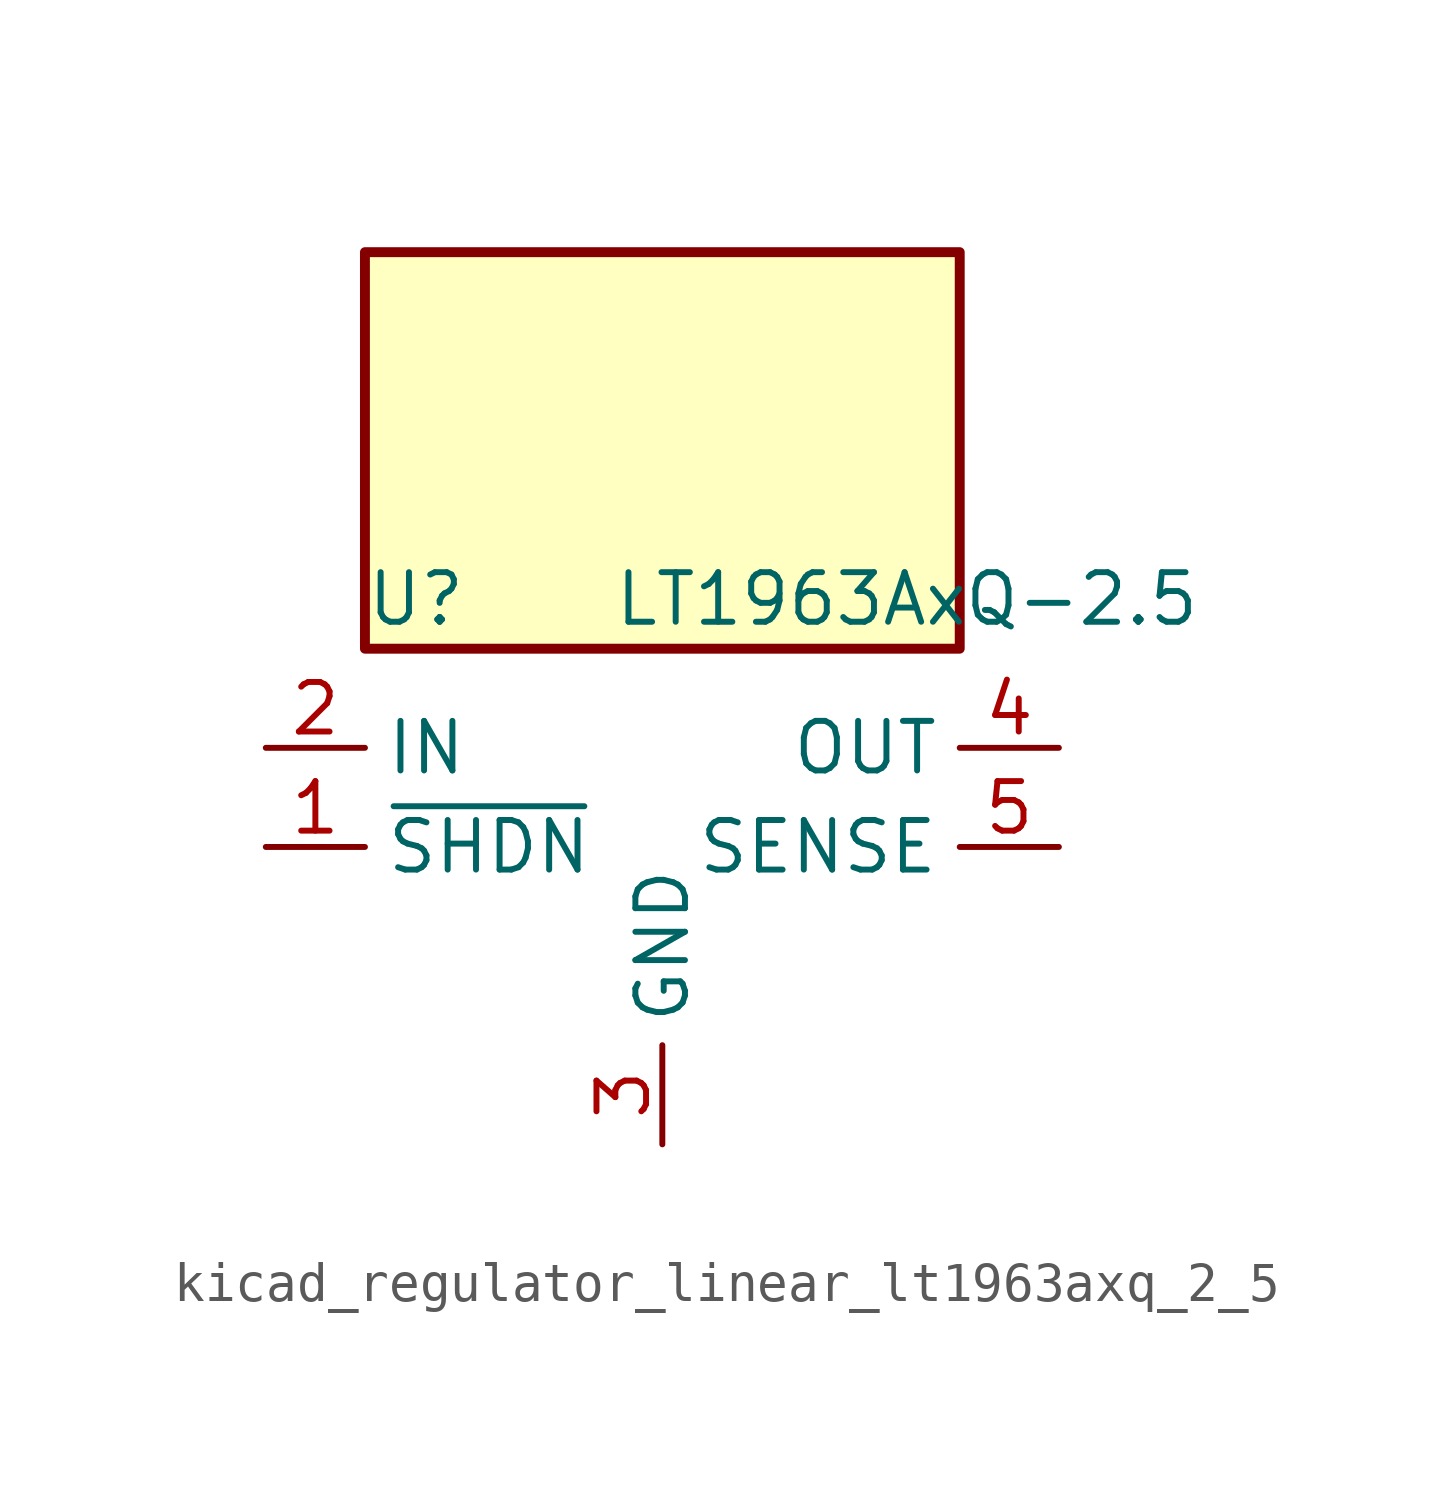
<source format=kicad_sym>
(kicad_symbol_lib
  (version 20220914)
  (generator kicad_symbol_editor)
  (symbol "kicad_regulator_linear_lt1963axq_2_5"
    (property "Reference" "U"
      (at -7.62 6.35 0)
      (effects (font (size 1.27 1.27)) (justify left)))
    (property "Value" "LT1963AxQ-2.5"
      (at -1.27 6.35 0)
      (effects (font (size 1.27 1.27)) (justify left)))
    (symbol "kicad_regulator_linear_lt1963axq_2_5_0_1"
      (rectangle (start 7.62 15.24) (end -7.62 5.08) (stroke (width 0.254) (type default)) (fill (type background))))
    (symbol "kicad_regulator_linear_lt1963axq_2_5_1_1"
      (pin input line (at -10.16 0 0) (length 2.54) (name "~{SHDN}" (effects (font (size 1.27 1.27)))) (number "1" (effects (font (size 1.27 1.27)))))
      (pin power_in line (at -10.16 2.54 0) (length 2.54) (name "IN" (effects (font (size 1.27 1.27)))) (number "2" (effects (font (size 1.27 1.27)))))
      (pin power_in line (at 0 -7.62 90) (length 2.54) (name "GND" (effects (font (size 1.27 1.27)))) (number "3" (effects (font (size 1.27 1.27)))))
      (pin power_out line (at 10.16 2.54 180) (length 2.54) (name "OUT" (effects (font (size 1.27 1.27)))) (number "4" (effects (font (size 1.27 1.27)))))
      (pin input line (at 10.16 0 180) (length 2.54) (name "SENSE" (effects (font (size 1.27 1.27)))) (number "5" (effects (font (size 1.27 1.27))))))))
</source>
